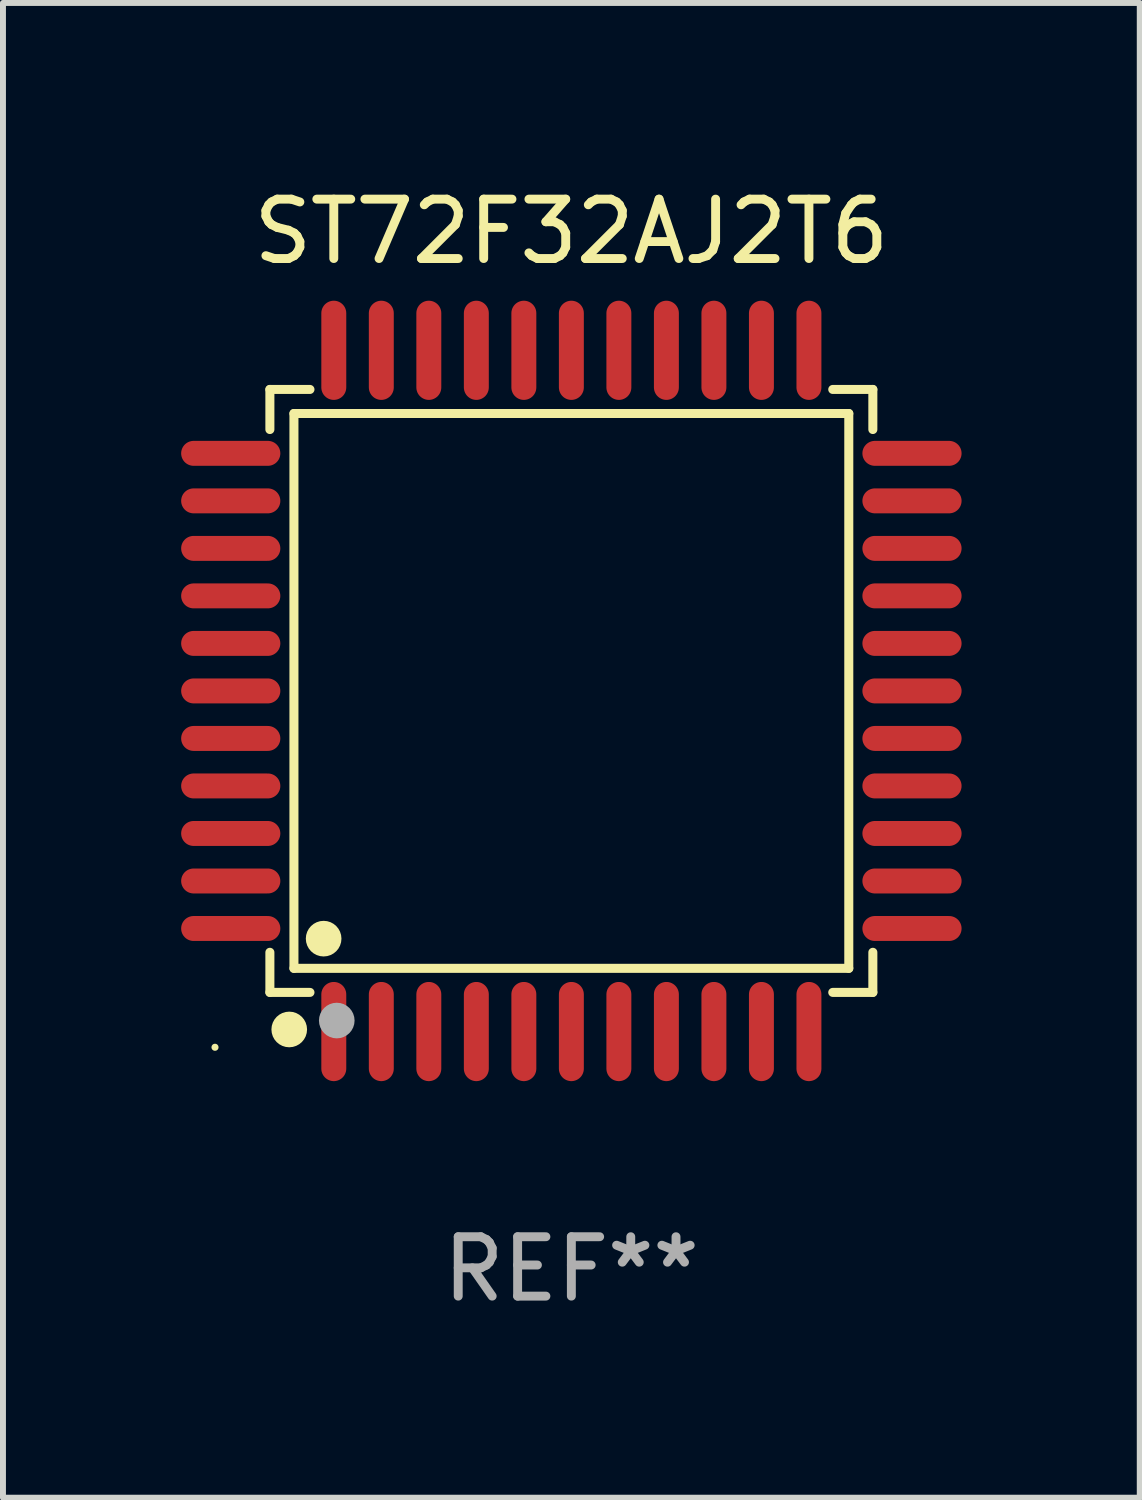
<source format=kicad_pcb>
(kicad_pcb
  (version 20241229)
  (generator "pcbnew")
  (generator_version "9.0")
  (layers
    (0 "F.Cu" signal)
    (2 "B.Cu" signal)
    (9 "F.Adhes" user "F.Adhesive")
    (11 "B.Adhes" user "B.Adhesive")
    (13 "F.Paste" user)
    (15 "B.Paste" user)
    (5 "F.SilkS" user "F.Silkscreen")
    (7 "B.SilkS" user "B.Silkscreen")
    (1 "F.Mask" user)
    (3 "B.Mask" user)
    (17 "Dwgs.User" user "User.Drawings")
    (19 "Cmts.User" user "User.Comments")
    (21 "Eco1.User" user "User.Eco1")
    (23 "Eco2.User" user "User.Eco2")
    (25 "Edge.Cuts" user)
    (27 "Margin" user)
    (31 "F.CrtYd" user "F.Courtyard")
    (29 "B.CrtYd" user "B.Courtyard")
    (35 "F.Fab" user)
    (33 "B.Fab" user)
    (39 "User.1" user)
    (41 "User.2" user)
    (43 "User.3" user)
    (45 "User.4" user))
  (footprint "ST72F32AJ2T6"
    (layer "F.Cu")
    (at 6.57 8.583)
    (property "Reference" "ST72F32AJ2T6" (at 0 -7.735 0) (layer "F.SilkS") (effects (font (size 1 1) (thickness 0.15))))
    (attr through_hole)
    (fp_line (start -5.076 -5.076) (end -4.401 -5.076) (stroke (width 0.152) (type solid)) (layer "F.SilkS"))
    (fp_line (start -5.076 -4.401) (end -5.076 -5.076) (stroke (width 0.152) (type solid)) (layer "F.SilkS"))
    (fp_line (start -5.076 4.401) (end -5.076 5.076) (stroke (width 0.152) (type solid)) (layer "F.SilkS"))
    (fp_line (start -5.076 5.076) (end -4.401 5.076) (stroke (width 0.152) (type solid)) (layer "F.SilkS"))
    (fp_line (start -4.671 -4.671) (end 4.671 -4.671) (stroke (width 0.152) (type solid)) (layer "F.SilkS"))
    (fp_line (start -4.671 4.671) (end -4.671 -4.671) (stroke (width 0.152) (type solid)) (layer "F.SilkS"))
    (fp_line (start 4.671 -4.671) (end 4.671 4.671) (stroke (width 0.152) (type solid)) (layer "F.SilkS"))
    (fp_line (start 4.671 4.671) (end -4.671 4.671) (stroke (width 0.152) (type solid)) (layer "F.SilkS"))
    (fp_line (start 5.076 -5.076) (end 4.401 -5.076) (stroke (width 0.152) (type solid)) (layer "F.SilkS"))
    (fp_line (start 5.076 -4.401) (end 5.076 -5.076) (stroke (width 0.152) (type solid)) (layer "F.SilkS"))
    (fp_line (start 5.076 4.401) (end 5.076 5.076) (stroke (width 0.152) (type solid)) (layer "F.SilkS"))
    (fp_line (start 5.076 5.076) (end 4.401 5.076) (stroke (width 0.152) (type solid)) (layer "F.SilkS"))
    (fp_circle (center -6 6) (end -5.97 6) (stroke (width 0.06) (type solid)) (fill no) (layer "F.SilkS"))
    (fp_circle (center -4.75 5.7) (end -4.6 5.7) (stroke (width 0.3) (type solid)) (fill no) (layer "F.SilkS"))
    (fp_circle (center -4.171 4.171) (end -4.021 4.171) (stroke (width 0.3) (type solid)) (fill no) (layer "F.SilkS"))
    (fp_circle (center -3.95 5.55) (end -3.8 5.55) (stroke (width 0.3) (type solid)) (fill no) (layer "F.Fab"))
    (fp_text user "REF**" (at 0 9.735 0) (layer "F.Fab") (effects (font (size 1 1) (thickness 0.15))))
    (pad "1" smd oval (at -4 5.735) (size 0.42 1.67) (layers "F.Cu" "F.Mask" "F.Paste"))
    (pad "2" smd oval (at -3.2 5.735) (size 0.42 1.67) (layers "F.Cu" "F.Mask" "F.Paste"))
    (pad "3" smd oval (at -2.4 5.735) (size 0.42 1.67) (layers "F.Cu" "F.Mask" "F.Paste"))
    (pad "4" smd oval (at -1.6 5.735) (size 0.42 1.67) (layers "F.Cu" "F.Mask" "F.Paste"))
    (pad "5" smd oval (at -0.8 5.735) (size 0.42 1.67) (layers "F.Cu" "F.Mask" "F.Paste"))
    (pad "6" smd oval (at 0 5.735) (size 0.42 1.67) (layers "F.Cu" "F.Mask" "F.Paste"))
    (pad "7" smd oval (at 0.8 5.735) (size 0.42 1.67) (layers "F.Cu" "F.Mask" "F.Paste"))
    (pad "8" smd oval (at 1.6 5.735) (size 0.42 1.67) (layers "F.Cu" "F.Mask" "F.Paste"))
    (pad "9" smd oval (at 2.4 5.735) (size 0.42 1.67) (layers "F.Cu" "F.Mask" "F.Paste"))
    (pad "10" smd oval (at 3.2 5.735) (size 0.42 1.67) (layers "F.Cu" "F.Mask" "F.Paste"))
    (pad "11" smd oval (at 4 5.735) (size 0.42 1.67) (layers "F.Cu" "F.Mask" "F.Paste"))
    (pad "12" smd oval (at 5.735 4) (size 1.67 0.42) (layers "F.Cu" "F.Mask" "F.Paste"))
    (pad "13" smd oval (at 5.735 3.2) (size 1.67 0.42) (layers "F.Cu" "F.Mask" "F.Paste"))
    (pad "14" smd oval (at 5.735 2.4) (size 1.67 0.42) (layers "F.Cu" "F.Mask" "F.Paste"))
    (pad "15" smd oval (at 5.735 1.6) (size 1.67 0.42) (layers "F.Cu" "F.Mask" "F.Paste"))
    (pad "16" smd oval (at 5.735 0.8) (size 1.67 0.42) (layers "F.Cu" "F.Mask" "F.Paste"))
    (pad "17" smd oval (at 5.735 0) (size 1.67 0.42) (layers "F.Cu" "F.Mask" "F.Paste"))
    (pad "18" smd oval (at 5.735 -0.8) (size 1.67 0.42) (layers "F.Cu" "F.Mask" "F.Paste"))
    (pad "19" smd oval (at 5.735 -1.6) (size 1.67 0.42) (layers "F.Cu" "F.Mask" "F.Paste"))
    (pad "20" smd oval (at 5.735 -2.4) (size 1.67 0.42) (layers "F.Cu" "F.Mask" "F.Paste"))
    (pad "21" smd oval (at 5.735 -3.2) (size 1.67 0.42) (layers "F.Cu" "F.Mask" "F.Paste"))
    (pad "22" smd oval (at 5.735 -4) (size 1.67 0.42) (layers "F.Cu" "F.Mask" "F.Paste"))
    (pad "23" smd oval (at 4 -5.735) (size 0.42 1.67) (layers "F.Cu" "F.Mask" "F.Paste"))
    (pad "24" smd oval (at 3.2 -5.735) (size 0.42 1.67) (layers "F.Cu" "F.Mask" "F.Paste"))
    (pad "25" smd oval (at 2.4 -5.735) (size 0.42 1.67) (layers "F.Cu" "F.Mask" "F.Paste"))
    (pad "26" smd oval (at 1.6 -5.735) (size 0.42 1.67) (layers "F.Cu" "F.Mask" "F.Paste"))
    (pad "27" smd oval (at 0.8 -5.735) (size 0.42 1.67) (layers "F.Cu" "F.Mask" "F.Paste"))
    (pad "28" smd oval (at 0 -5.735) (size 0.42 1.67) (layers "F.Cu" "F.Mask" "F.Paste"))
    (pad "29" smd oval (at -0.8 -5.735) (size 0.42 1.67) (layers "F.Cu" "F.Mask" "F.Paste"))
    (pad "30" smd oval (at -1.6 -5.735) (size 0.42 1.67) (layers "F.Cu" "F.Mask" "F.Paste"))
    (pad "31" smd oval (at -2.4 -5.735) (size 0.42 1.67) (layers "F.Cu" "F.Mask" "F.Paste"))
    (pad "32" smd oval (at -3.2 -5.735) (size 0.42 1.67) (layers "F.Cu" "F.Mask" "F.Paste"))
    (pad "33" smd oval (at -4 -5.735) (size 0.42 1.67) (layers "F.Cu" "F.Mask" "F.Paste"))
    (pad "34" smd oval (at -5.735 -4) (size 1.67 0.42) (layers "F.Cu" "F.Mask" "F.Paste"))
    (pad "35" smd oval (at -5.735 -3.2) (size 1.67 0.42) (layers "F.Cu" "F.Mask" "F.Paste"))
    (pad "36" smd oval (at -5.735 -2.4) (size 1.67 0.42) (layers "F.Cu" "F.Mask" "F.Paste"))
    (pad "37" smd oval (at -5.735 -1.6) (size 1.67 0.42) (layers "F.Cu" "F.Mask" "F.Paste"))
    (pad "38" smd oval (at -5.735 -0.8) (size 1.67 0.42) (layers "F.Cu" "F.Mask" "F.Paste"))
    (pad "39" smd oval (at -5.735 0) (size 1.67 0.42) (layers "F.Cu" "F.Mask" "F.Paste"))
    (pad "40" smd oval (at -5.735 0.8) (size 1.67 0.42) (layers "F.Cu" "F.Mask" "F.Paste"))
    (pad "41" smd oval (at -5.735 1.6) (size 1.67 0.42) (layers "F.Cu" "F.Mask" "F.Paste"))
    (pad "42" smd oval (at -5.735 2.4) (size 1.67 0.42) (layers "F.Cu" "F.Mask" "F.Paste"))
    (pad "43" smd oval (at -5.735 3.2) (size 1.67 0.42) (layers "F.Cu" "F.Mask" "F.Paste"))
    (pad "44" smd oval (at -5.735 4) (size 1.67 0.42) (layers "F.Cu" "F.Mask" "F.Paste")))
  (gr_rect
    (start -3 -3)
    (end 16.14 22.167)
    (stroke (width 0.1) (type default))
    (fill no)
    (layer "Edge.Cuts")))
</source>
